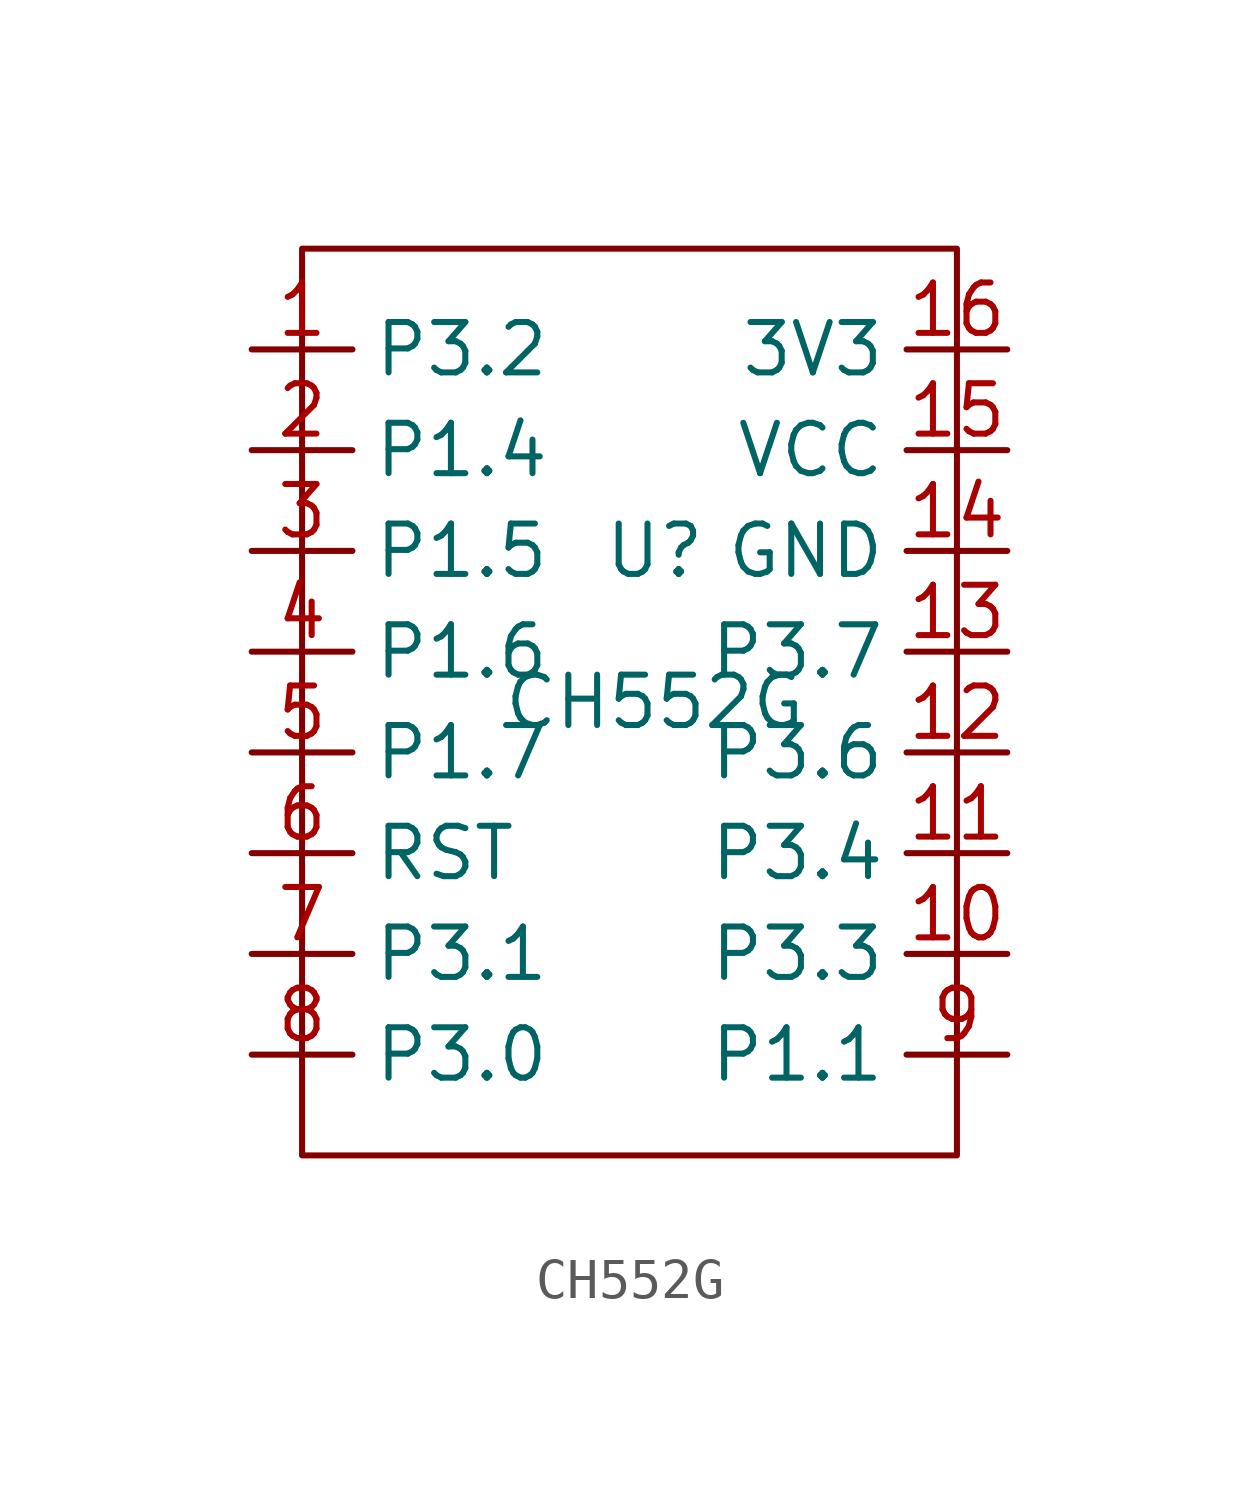
<source format=kicad_sym>
(kicad_symbol_lib
  (version 20211014)
  (generator kicad_symbol_editor)
  (symbol "CH552G"
    (property "Reference" "U"
      (at 0 1.27 0)
      (effects (font (size 1.27 1.27))))
    (property "Value" "CH552G"
      (at 0 -2.54 0)
      (effects (font (size 1.27 1.27))))
    (symbol "CH552G_0_1"
      (rectangle (start -8.89 8.89) (end 7.62 -13.97) (stroke (width 0) (type default) (color 0 0 0 0)) (fill (type none))))
    (symbol "CH552G_1_1"
      (pin bidirectional line (at -10.16 6.35 0) (length 2.54) (name "P3.2" (effects (font (size 1.27 1.27)))) (number "1" (effects (font (size 1.27 1.27)))))
      (pin bidirectional line (at 8.89 -8.89 180) (length 2.54) (name "P3.3" (effects (font (size 1.27 1.27)))) (number "10" (effects (font (size 1.27 1.27)))))
      (pin bidirectional line (at 8.89 -6.35 180) (length 2.54) (name "P3.4" (effects (font (size 1.27 1.27)))) (number "11" (effects (font (size 1.27 1.27)))))
      (pin bidirectional line (at 8.89 -3.81 180) (length 2.54) (name "P3.6" (effects (font (size 1.27 1.27)))) (number "12" (effects (font (size 1.27 1.27)))))
      (pin bidirectional line (at 8.89 -1.27 180) (length 2.54) (name "P3.7" (effects (font (size 1.27 1.27)))) (number "13" (effects (font (size 1.27 1.27)))))
      (pin bidirectional line (at 8.89 1.27 180) (length 2.54) (name "GND" (effects (font (size 1.27 1.27)))) (number "14" (effects (font (size 1.27 1.27)))))
      (pin bidirectional line (at 8.89 3.81 180) (length 2.54) (name "VCC" (effects (font (size 1.27 1.27)))) (number "15" (effects (font (size 1.27 1.27)))))
      (pin bidirectional line (at 8.89 6.35 180) (length 2.54) (name "3V3" (effects (font (size 1.27 1.27)))) (number "16" (effects (font (size 1.27 1.27)))))
      (pin bidirectional line (at -10.16 3.81 0) (length 2.54) (name "P1.4" (effects (font (size 1.27 1.27)))) (number "2" (effects (font (size 1.27 1.27)))))
      (pin bidirectional line (at -10.16 1.27 0) (length 2.54) (name "P1.5" (effects (font (size 1.27 1.27)))) (number "3" (effects (font (size 1.27 1.27)))))
      (pin bidirectional line (at -10.16 -1.27 0) (length 2.54) (name "P1.6" (effects (font (size 1.27 1.27)))) (number "4" (effects (font (size 1.27 1.27)))))
      (pin bidirectional line (at -10.16 -3.81 0) (length 2.54) (name "P1.7" (effects (font (size 1.27 1.27)))) (number "5" (effects (font (size 1.27 1.27)))))
      (pin bidirectional line (at -10.16 -6.35 0) (length 2.54) (name "RST" (effects (font (size 1.27 1.27)))) (number "6" (effects (font (size 1.27 1.27)))))
      (pin bidirectional line (at -10.16 -8.89 0) (length 2.54) (name "P3.1" (effects (font (size 1.27 1.27)))) (number "7" (effects (font (size 1.27 1.27)))))
      (pin bidirectional line (at -10.16 -11.43 0) (length 2.54) (name "P3.0" (effects (font (size 1.27 1.27)))) (number "8" (effects (font (size 1.27 1.27)))))
      (pin bidirectional line (at 8.89 -11.43 180) (length 2.54) (name "P1.1" (effects (font (size 1.27 1.27)))) (number "9" (effects (font (size 1.27 1.27))))))))
</source>
